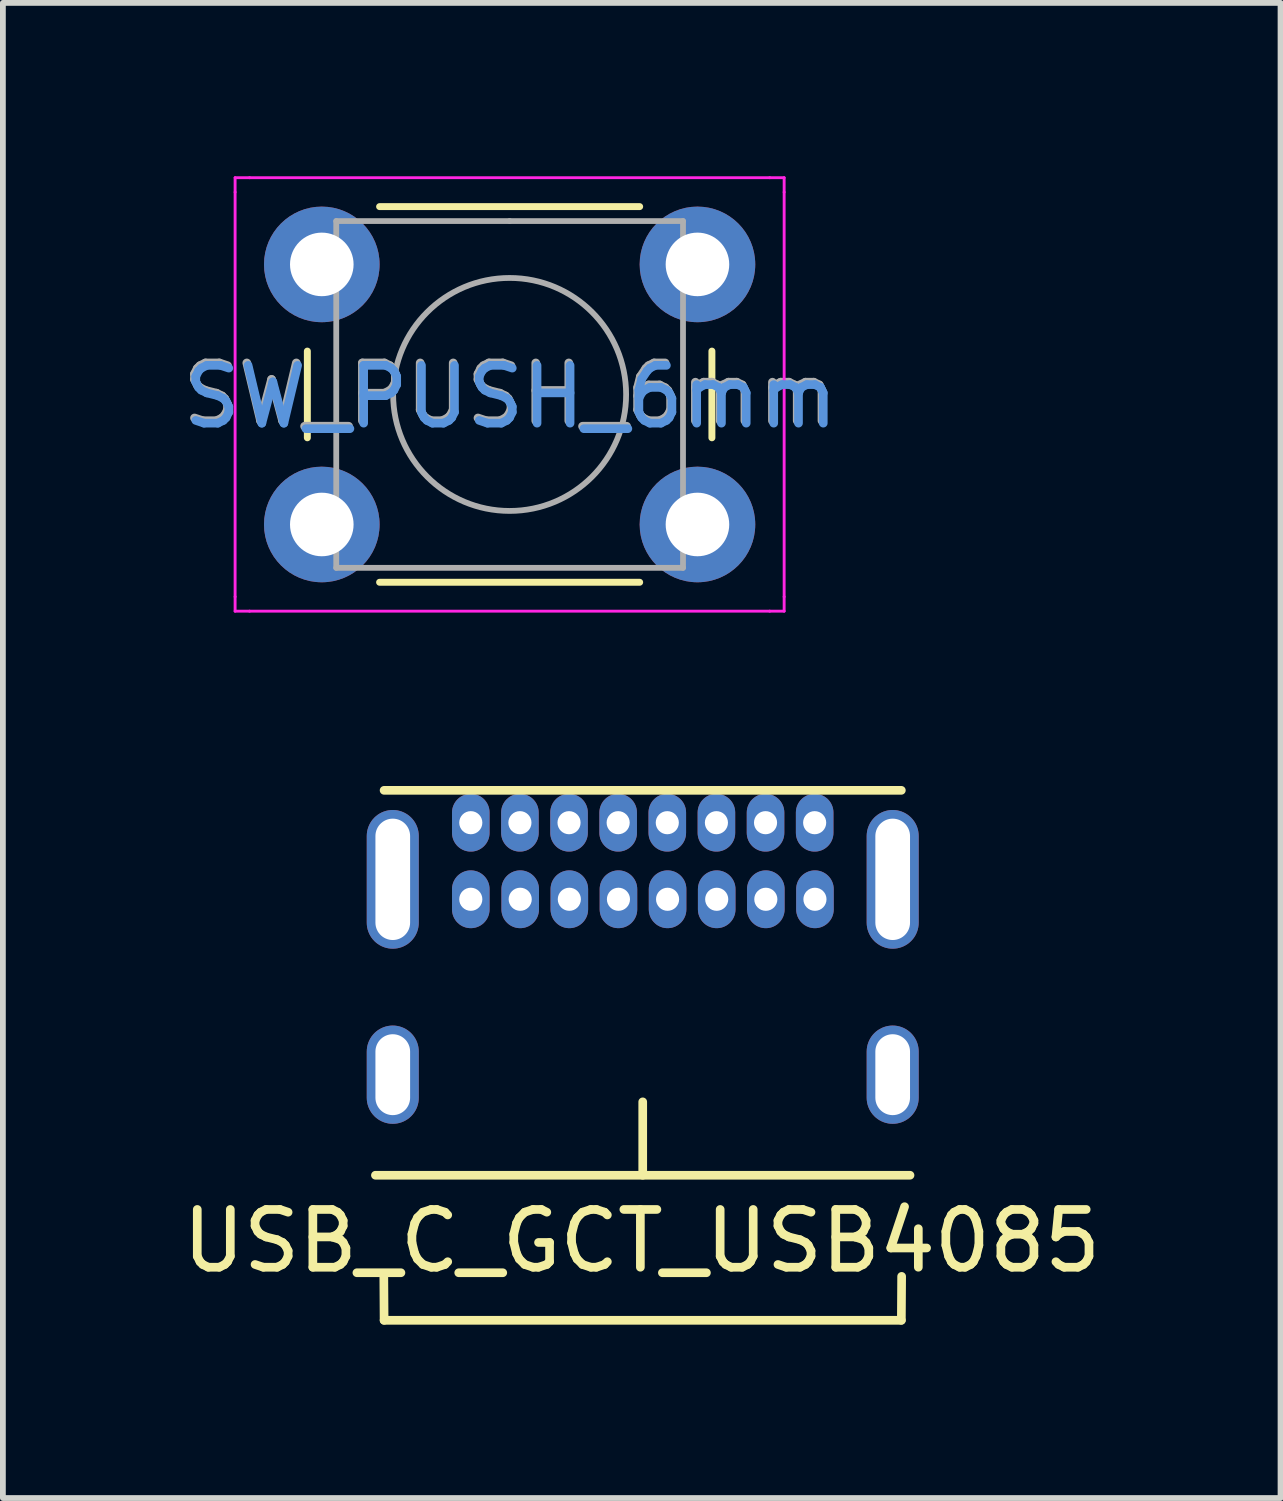
<source format=kicad_pcb>
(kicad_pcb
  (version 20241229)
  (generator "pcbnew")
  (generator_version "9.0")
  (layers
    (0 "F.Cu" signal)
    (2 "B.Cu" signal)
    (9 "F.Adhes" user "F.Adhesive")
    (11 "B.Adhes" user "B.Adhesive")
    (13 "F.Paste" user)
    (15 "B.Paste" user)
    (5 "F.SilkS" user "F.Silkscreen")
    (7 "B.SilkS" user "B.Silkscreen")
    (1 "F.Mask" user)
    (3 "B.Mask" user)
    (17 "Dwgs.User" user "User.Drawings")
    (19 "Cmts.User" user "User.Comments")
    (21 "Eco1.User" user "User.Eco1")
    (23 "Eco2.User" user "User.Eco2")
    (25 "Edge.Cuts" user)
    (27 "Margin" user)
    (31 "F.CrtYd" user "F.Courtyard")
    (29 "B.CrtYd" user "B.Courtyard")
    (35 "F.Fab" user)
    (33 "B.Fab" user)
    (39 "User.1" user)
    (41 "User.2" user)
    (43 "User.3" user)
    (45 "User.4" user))
  (footprint "USB_C_GCT_USB4085"
    (layer "F.Cu")
    (at 8.071 17.285)
    (property "Reference" "USB_C_GCT_USB4085" (at -0.017 1.137 180) (layer "F.SilkS") (effects (font (size 1 1) (thickness 0.15))))
    (attr through_hole)
    (fp_line (start -4.625 0) (end 4.625 0) (stroke (width 0.15) (type solid)) (layer "F.SilkS"))
    (fp_line (start -4.475 -6.66) (end 4.475 -6.66) (stroke (width 0.15) (type solid)) (layer "F.SilkS"))
    (fp_line (start -4.475 2.51) (end -4.48 1.75) (stroke (width 0.15) (type solid)) (layer "F.SilkS"))
    (fp_line (start -4.475 2.51) (end 4.475 2.51) (stroke (width 0.15) (type solid)) (layer "F.SilkS"))
    (fp_line (start 0 0) (end 0 -1.27) (stroke (width 0.15) (type solid)) (layer "F.SilkS"))
    (fp_line (start 4.48 1.75) (end 4.475 2.51) (stroke (width 0.15) (type solid)) (layer "F.SilkS"))
    (pad "A1" thru_hole oval (at -2.975 -6.1) (size 0.65 1) (drill 0.4) (layers "*.Cu" "*.Mask"))
    (pad "A4" thru_hole oval (at -2.125 -6.1) (size 0.65 1) (drill 0.4) (layers "*.Cu" "*.Mask"))
    (pad "A5" thru_hole oval (at -1.275 -6.1) (size 0.65 1) (drill 0.4) (layers "*.Cu" "*.Mask"))
    (pad "A6" thru_hole oval (at -0.425 -6.1) (size 0.65 1) (drill 0.4) (layers "*.Cu" "*.Mask"))
    (pad "A7" thru_hole oval (at 0.425 -6.1) (size 0.65 1) (drill 0.4) (layers "*.Cu" "*.Mask"))
    (pad "A8" thru_hole oval (at 1.275 -6.1) (size 0.65 1) (drill 0.4) (layers "*.Cu" "*.Mask"))
    (pad "A9" thru_hole oval (at 2.125 -6.1) (size 0.65 1) (drill 0.4) (layers "*.Cu" "*.Mask"))
    (pad "A12" thru_hole oval (at 2.975 -6.1) (size 0.65 1) (drill 0.4) (layers "*.Cu" "*.Mask"))
    (pad "B1" thru_hole oval (at 2.98 -4.775) (size 0.65 1) (drill 0.4) (layers "*.Cu" "*.Mask"))
    (pad "B4" thru_hole oval (at 2.13 -4.775) (size 0.65 1) (drill 0.4) (layers "*.Cu" "*.Mask"))
    (pad "B5" thru_hole oval (at 1.28 -4.775) (size 0.65 1) (drill 0.4) (layers "*.Cu" "*.Mask"))
    (pad "B6" thru_hole oval (at 0.43 -4.775) (size 0.65 1) (drill 0.4) (layers "*.Cu" "*.Mask"))
    (pad "B7" thru_hole oval (at -0.42 -4.775) (size 0.65 1) (drill 0.4) (layers "*.Cu" "*.Mask"))
    (pad "B8" thru_hole oval (at -1.27 -4.775) (size 0.65 1) (drill 0.4) (layers "*.Cu" "*.Mask"))
    (pad "B9" thru_hole oval (at -2.12 -4.775) (size 0.65 1) (drill 0.4) (layers "*.Cu" "*.Mask"))
    (pad "B12" thru_hole oval (at -2.975 -4.775) (size 0.65 1) (drill 0.4) (layers "*.Cu" "*.Mask"))
    (pad "S1" thru_hole oval (at -4.325 -5.12) (size 0.9 2.4) (drill oval 0.6 2.1) (layers "*.Cu" "*.Mask"))
    (pad "S1" thru_hole oval (at -4.325 -1.74) (size 0.9 1.7) (drill oval 0.6 1.4) (layers "*.Cu" "*.Mask"))
    (pad "S1" thru_hole oval (at 4.325 -5.12) (size 0.9 2.4) (drill oval 0.6 2.1) (layers "*.Cu" "*.Mask"))
    (pad "S1" thru_hole oval (at 4.325 -1.74) (size 0.9 1.7) (drill oval 0.6 1.4) (layers "*.Cu" "*.Mask")))
  (footprint "SW_PUSH_6mm"
    (layer "F.Cu")
    (at 2.518 1.525)
    (property "Reference" "SW_PUSH_6mm" (at 3.272 2.292 0) (layer "Cmts.User") (effects (font (size 1 1) (thickness 0.15))))
    (attr through_hole)
    (fp_line (start -0.25 1.5) (end -0.25 3) (stroke (width 0.12) (type solid)) (layer "F.SilkS"))
    (fp_line (start 1 5.5) (end 5.5 5.5) (stroke (width 0.12) (type solid)) (layer "F.SilkS"))
    (fp_line (start 5.5 -1) (end 1 -1) (stroke (width 0.12) (type solid)) (layer "F.SilkS"))
    (fp_line (start 6.75 3) (end 6.75 1.5) (stroke (width 0.12) (type solid)) (layer "F.SilkS"))
    (fp_line (start -1.5 -1.5) (end -1.25 -1.5) (stroke (width 0.05) (type solid)) (layer "F.CrtYd"))
    (fp_line (start -1.5 -1.25) (end -1.5 -1.5) (stroke (width 0.05) (type solid)) (layer "F.CrtYd"))
    (fp_line (start -1.5 5.75) (end -1.5 -1.25) (stroke (width 0.05) (type solid)) (layer "F.CrtYd"))
    (fp_line (start -1.5 5.75) (end -1.5 6) (stroke (width 0.05) (type solid)) (layer "F.CrtYd"))
    (fp_line (start -1.5 6) (end -1.25 6) (stroke (width 0.05) (type solid)) (layer "F.CrtYd"))
    (fp_line (start -1.25 -1.5) (end 7.75 -1.5) (stroke (width 0.05) (type solid)) (layer "F.CrtYd"))
    (fp_line (start 7.75 -1.5) (end 8 -1.5) (stroke (width 0.05) (type solid)) (layer "F.CrtYd"))
    (fp_line (start 7.75 6) (end -1.25 6) (stroke (width 0.05) (type solid)) (layer "F.CrtYd"))
    (fp_line (start 7.75 6) (end 8 6) (stroke (width 0.05) (type solid)) (layer "F.CrtYd"))
    (fp_line (start 8 -1.5) (end 8 -1.25) (stroke (width 0.05) (type solid)) (layer "F.CrtYd"))
    (fp_line (start 8 -1.25) (end 8 5.75) (stroke (width 0.05) (type solid)) (layer "F.CrtYd"))
    (fp_line (start 8 6) (end 8 5.75) (stroke (width 0.05) (type solid)) (layer "F.CrtYd"))
    (fp_line (start 0.25 -0.75) (end 3.25 -0.75) (stroke (width 0.1) (type solid)) (layer "F.Fab"))
    (fp_line (start 0.25 5.25) (end 0.25 -0.75) (stroke (width 0.1) (type solid)) (layer "F.Fab"))
    (fp_line (start 3.25 -0.75) (end 6.25 -0.75) (stroke (width 0.1) (type solid)) (layer "F.Fab"))
    (fp_line (start 6.25 -0.75) (end 6.25 5.25) (stroke (width 0.1) (type solid)) (layer "F.Fab"))
    (fp_line (start 6.25 5.25) (end 0.25 5.25) (stroke (width 0.1) (type solid)) (layer "F.Fab"))
    (fp_circle (center 3.25 2.25) (end 1.25 2.5) (stroke (width 0.1) (type solid)) (fill no) (layer "F.Fab"))
    (fp_text user "${REFERENCE}" (at 3.25 2.25 0) (layer "F.Fab") (effects (font (size 1 1) (thickness 0.15))))
    (pad "1" thru_hole circle (at 0 0 90) (size 2 2) (drill 1.1) (layers "*.Cu" "*.Mask"))
    (pad "1" thru_hole circle (at 6.5 0 90) (size 2 2) (drill 1.1) (layers "*.Cu" "*.Mask"))
    (pad "2" thru_hole circle (at 0 4.5 90) (size 2 2) (drill 1.1) (layers "*.Cu" "*.Mask"))
    (pad "2" thru_hole circle (at 6.5 4.5 90) (size 2 2) (drill 1.1) (layers "*.Cu" "*.Mask")))
  (gr_rect
    (start -3 -3)
    (end 19.107 22.87)
    (stroke (width 0.1) (type default))
    (fill no)
    (layer "Edge.Cuts")))
</source>
